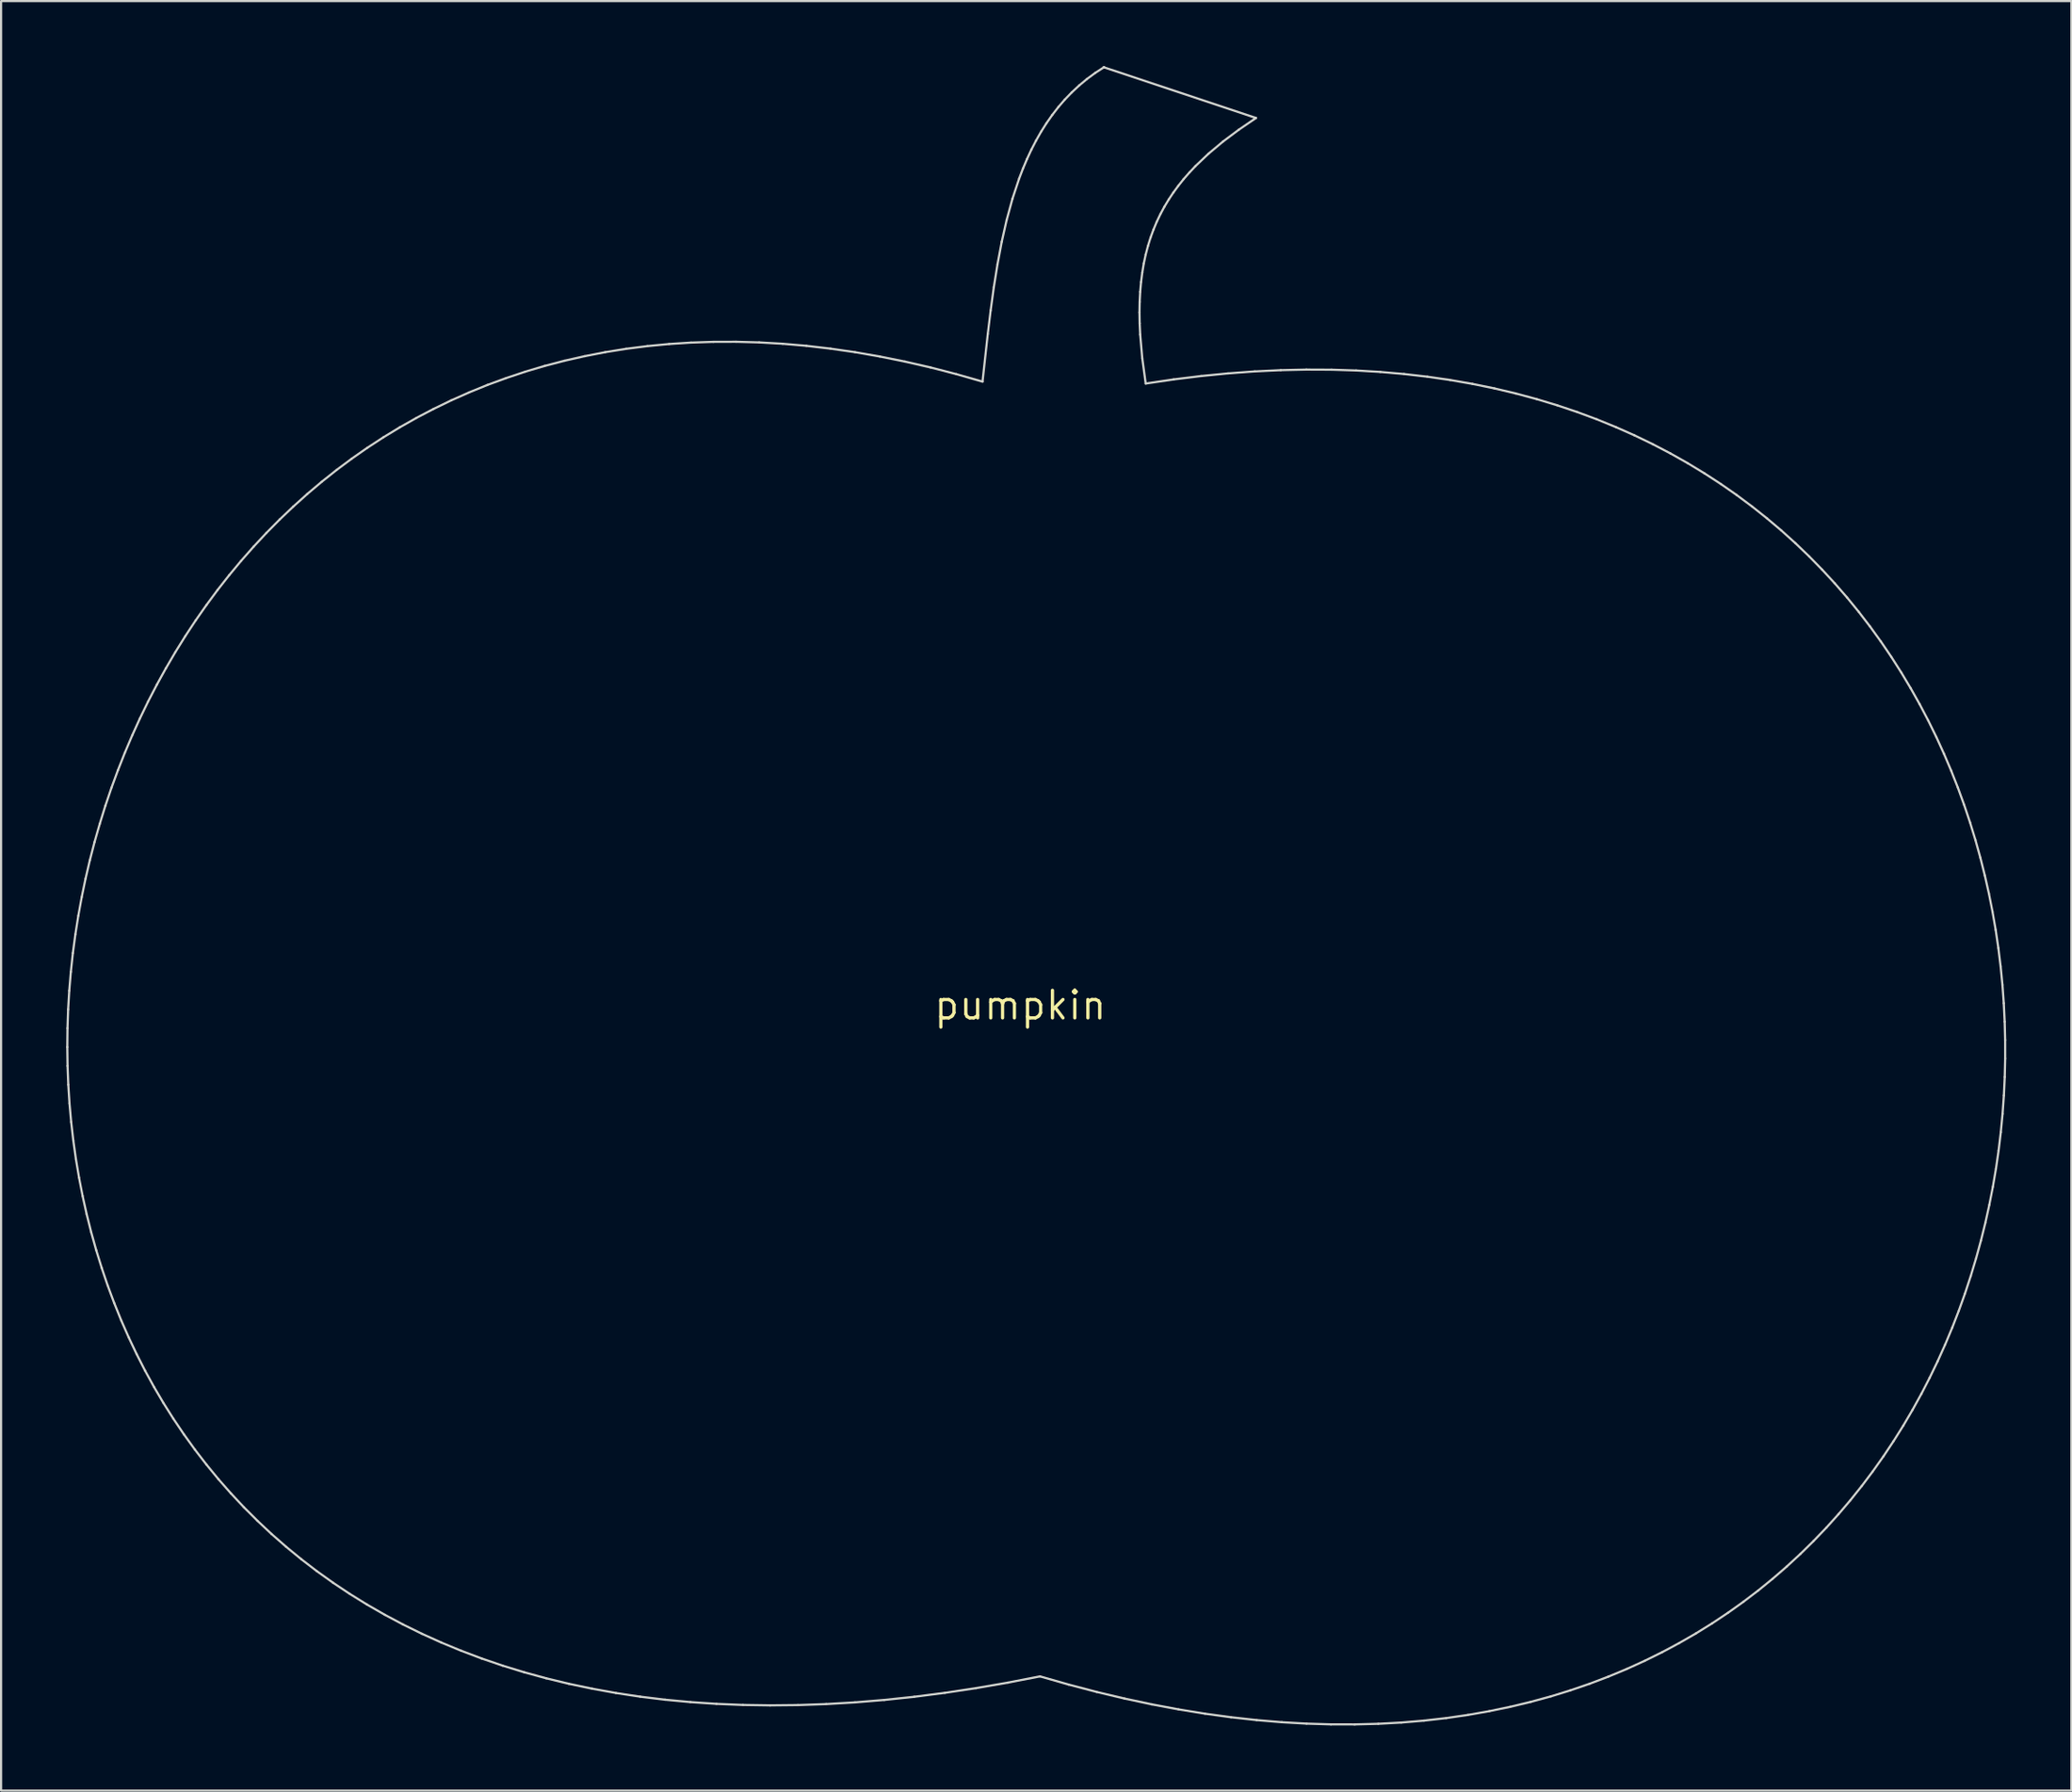
<source format=kicad_pcb>
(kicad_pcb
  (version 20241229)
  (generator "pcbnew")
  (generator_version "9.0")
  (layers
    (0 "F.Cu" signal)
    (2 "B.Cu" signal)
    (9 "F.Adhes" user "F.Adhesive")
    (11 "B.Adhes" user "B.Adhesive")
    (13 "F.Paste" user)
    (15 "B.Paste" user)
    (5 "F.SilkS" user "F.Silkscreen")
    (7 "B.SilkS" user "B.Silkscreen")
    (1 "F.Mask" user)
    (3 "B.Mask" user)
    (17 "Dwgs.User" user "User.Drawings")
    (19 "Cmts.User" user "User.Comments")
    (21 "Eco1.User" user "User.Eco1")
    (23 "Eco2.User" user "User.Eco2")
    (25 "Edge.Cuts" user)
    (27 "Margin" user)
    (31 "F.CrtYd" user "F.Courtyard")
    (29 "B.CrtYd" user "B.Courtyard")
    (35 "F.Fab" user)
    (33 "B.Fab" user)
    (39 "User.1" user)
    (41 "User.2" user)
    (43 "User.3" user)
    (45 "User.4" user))
  (footprint "pumpkin"
    (layer "F.Cu")
    (at 43.953 43.276)
    (property "Reference" "pumpkin" (at 0 0 0) (layer "F.SilkS") (effects (font (size 1.27 1.27) (thickness 0.15))))
    (attr through_hole)
    (fp_line (start -43.903 1.925) (end -43.891 2.791) (stroke (width 0.1) (type solid)) (layer "Edge.Cuts"))
    (fp_line (start -43.894 1.058) (end -43.903 1.925) (stroke (width 0.1) (type solid)) (layer "Edge.Cuts"))
    (fp_line (start -43.891 2.791) (end -43.857 3.656) (stroke (width 0.1) (type solid)) (layer "Edge.Cuts"))
    (fp_line (start -43.864 0.19) (end -43.894 1.058) (stroke (width 0.1) (type solid)) (layer "Edge.Cuts"))
    (fp_line (start -43.857 3.656) (end -43.801 4.519) (stroke (width 0.1) (type solid)) (layer "Edge.Cuts"))
    (fp_line (start -43.812 -0.676) (end -43.864 0.19) (stroke (width 0.1) (type solid)) (layer "Edge.Cuts"))
    (fp_line (start -43.801 4.519) (end -43.724 5.38) (stroke (width 0.1) (type solid)) (layer "Edge.Cuts"))
    (fp_line (start -43.739 -1.542) (end -43.812 -0.676) (stroke (width 0.1) (type solid)) (layer "Edge.Cuts"))
    (fp_line (start -43.724 5.38) (end -43.625 6.237) (stroke (width 0.1) (type solid)) (layer "Edge.Cuts"))
    (fp_line (start -43.646 -2.406) (end -43.739 -1.542) (stroke (width 0.1) (type solid)) (layer "Edge.Cuts"))
    (fp_line (start -43.625 6.237) (end -43.505 7.091) (stroke (width 0.1) (type solid)) (layer "Edge.Cuts"))
    (fp_line (start -43.531 -3.268) (end -43.646 -2.406) (stroke (width 0.1) (type solid)) (layer "Edge.Cuts"))
    (fp_line (start -43.505 7.091) (end -43.362 7.941) (stroke (width 0.1) (type solid)) (layer "Edge.Cuts"))
    (fp_line (start -43.395 -4.127) (end -43.531 -3.268) (stroke (width 0.1) (type solid)) (layer "Edge.Cuts"))
    (fp_line (start -43.362 7.941) (end -43.198 8.785) (stroke (width 0.1) (type solid)) (layer "Edge.Cuts"))
    (fp_line (start -43.239 -4.983) (end -43.395 -4.127) (stroke (width 0.1) (type solid)) (layer "Edge.Cuts"))
    (fp_line (start -43.198 8.785) (end -43.011 9.625) (stroke (width 0.1) (type solid)) (layer "Edge.Cuts"))
    (fp_line (start -43.062 -5.835) (end -43.239 -4.983) (stroke (width 0.1) (type solid)) (layer "Edge.Cuts"))
    (fp_line (start -43.011 9.625) (end -42.802 10.458) (stroke (width 0.1) (type solid)) (layer "Edge.Cuts"))
    (fp_line (start -42.865 -6.682) (end -43.062 -5.835) (stroke (width 0.1) (type solid)) (layer "Edge.Cuts"))
    (fp_line (start -42.802 10.458) (end -42.57 11.285) (stroke (width 0.1) (type solid)) (layer "Edge.Cuts"))
    (fp_line (start -42.647 -7.524) (end -42.865 -6.682) (stroke (width 0.1) (type solid)) (layer "Edge.Cuts"))
    (fp_line (start -42.57 11.285) (end -42.317 12.104) (stroke (width 0.1) (type solid)) (layer "Edge.Cuts"))
    (fp_line (start -42.408 -8.361) (end -42.647 -7.524) (stroke (width 0.1) (type solid)) (layer "Edge.Cuts"))
    (fp_line (start -42.317 12.104) (end -42.041 12.916) (stroke (width 0.1) (type solid)) (layer "Edge.Cuts"))
    (fp_line (start -42.15 -9.191) (end -42.408 -8.361) (stroke (width 0.1) (type solid)) (layer "Edge.Cuts"))
    (fp_line (start -42.041 12.916) (end -41.742 13.719) (stroke (width 0.1) (type solid)) (layer "Edge.Cuts"))
    (fp_line (start -41.871 -10.014) (end -42.15 -9.191) (stroke (width 0.1) (type solid)) (layer "Edge.Cuts"))
    (fp_line (start -41.742 13.719) (end -41.421 14.514) (stroke (width 0.1) (type solid)) (layer "Edge.Cuts"))
    (fp_line (start -41.571 -10.83) (end -41.871 -10.014) (stroke (width 0.1) (type solid)) (layer "Edge.Cuts"))
    (fp_line (start -41.421 14.514) (end -41.076 15.299) (stroke (width 0.1) (type solid)) (layer "Edge.Cuts"))
    (fp_line (start -41.252 -11.637) (end -41.571 -10.83) (stroke (width 0.1) (type solid)) (layer "Edge.Cuts"))
    (fp_line (start -41.076 15.299) (end -40.709 16.073) (stroke (width 0.1) (type solid)) (layer "Edge.Cuts"))
    (fp_line (start -40.913 -12.436) (end -41.252 -11.637) (stroke (width 0.1) (type solid)) (layer "Edge.Cuts"))
    (fp_line (start -40.709 16.073) (end -40.32 16.837) (stroke (width 0.1) (type solid)) (layer "Edge.Cuts"))
    (fp_line (start -40.554 -13.226) (end -40.913 -12.436) (stroke (width 0.1) (type solid)) (layer "Edge.Cuts"))
    (fp_line (start -40.32 16.837) (end -39.907 17.59) (stroke (width 0.1) (type solid)) (layer "Edge.Cuts"))
    (fp_line (start -40.176 -14.006) (end -40.554 -13.226) (stroke (width 0.1) (type solid)) (layer "Edge.Cuts"))
    (fp_line (start -39.907 17.59) (end -39.471 18.331) (stroke (width 0.1) (type solid)) (layer "Edge.Cuts"))
    (fp_line (start -39.777 -14.775) (end -40.176 -14.006) (stroke (width 0.1) (type solid)) (layer "Edge.Cuts"))
    (fp_line (start -39.471 18.331) (end -39.011 19.059) (stroke (width 0.1) (type solid)) (layer "Edge.Cuts"))
    (fp_line (start -39.359 -15.533) (end -39.777 -14.775) (stroke (width 0.1) (type solid)) (layer "Edge.Cuts"))
    (fp_line (start -39.011 19.059) (end -38.529 19.774) (stroke (width 0.1) (type solid)) (layer "Edge.Cuts"))
    (fp_line (start -38.922 -16.28) (end -39.359 -15.533) (stroke (width 0.1) (type solid)) (layer "Edge.Cuts"))
    (fp_line (start -38.529 19.774) (end -38.023 20.476) (stroke (width 0.1) (type solid)) (layer "Edge.Cuts"))
    (fp_line (start -38.465 -17.015) (end -38.922 -16.28) (stroke (width 0.1) (type solid)) (layer "Edge.Cuts"))
    (fp_line (start -38.023 20.476) (end -37.494 21.163) (stroke (width 0.1) (type solid)) (layer "Edge.Cuts"))
    (fp_line (start -37.989 -17.737) (end -38.465 -17.015) (stroke (width 0.1) (type solid)) (layer "Edge.Cuts"))
    (fp_line (start -37.494 21.163) (end -36.941 21.836) (stroke (width 0.1) (type solid)) (layer "Edge.Cuts"))
    (fp_line (start -37.493 -18.445) (end -37.989 -17.737) (stroke (width 0.1) (type solid)) (layer "Edge.Cuts"))
    (fp_line (start -36.979 -19.14) (end -37.493 -18.445) (stroke (width 0.1) (type solid)) (layer "Edge.Cuts"))
    (fp_line (start -36.941 21.836) (end -36.364 22.493) (stroke (width 0.1) (type solid)) (layer "Edge.Cuts"))
    (fp_line (start -36.445 -19.82) (end -36.979 -19.14) (stroke (width 0.1) (type solid)) (layer "Edge.Cuts"))
    (fp_line (start -36.364 22.493) (end -35.764 23.134) (stroke (width 0.1) (type solid)) (layer "Edge.Cuts"))
    (fp_line (start -35.892 -20.485) (end -36.445 -19.82) (stroke (width 0.1) (type solid)) (layer "Edge.Cuts"))
    (fp_line (start -35.764 23.134) (end -35.139 23.758) (stroke (width 0.1) (type solid)) (layer "Edge.Cuts"))
    (fp_line (start -35.321 -21.134) (end -35.892 -20.485) (stroke (width 0.1) (type solid)) (layer "Edge.Cuts"))
    (fp_line (start -35.139 23.758) (end -34.491 24.366) (stroke (width 0.1) (type solid)) (layer "Edge.Cuts"))
    (fp_line (start -34.731 -21.767) (end -35.321 -21.134) (stroke (width 0.1) (type solid)) (layer "Edge.Cuts"))
    (fp_line (start -34.491 24.366) (end -33.819 24.955) (stroke (width 0.1) (type solid)) (layer "Edge.Cuts"))
    (fp_line (start -34.122 -22.383) (end -34.731 -21.767) (stroke (width 0.1) (type solid)) (layer "Edge.Cuts"))
    (fp_line (start -33.819 24.955) (end -33.123 25.526) (stroke (width 0.1) (type solid)) (layer "Edge.Cuts"))
    (fp_line (start -33.494 -22.981) (end -34.122 -22.383) (stroke (width 0.1) (type solid)) (layer "Edge.Cuts"))
    (fp_line (start -33.123 25.526) (end -32.403 26.079) (stroke (width 0.1) (type solid)) (layer "Edge.Cuts"))
    (fp_line (start -32.848 -23.562) (end -33.494 -22.981) (stroke (width 0.1) (type solid)) (layer "Edge.Cuts"))
    (fp_line (start -32.403 26.079) (end -31.658 26.611) (stroke (width 0.1) (type solid)) (layer "Edge.Cuts"))
    (fp_line (start -32.184 -24.123) (end -32.848 -23.562) (stroke (width 0.1) (type solid)) (layer "Edge.Cuts"))
    (fp_line (start -31.658 26.611) (end -30.889 27.124) (stroke (width 0.1) (type solid)) (layer "Edge.Cuts"))
    (fp_line (start -31.501 -24.666) (end -32.184 -24.123) (stroke (width 0.1) (type solid)) (layer "Edge.Cuts"))
    (fp_line (start -30.889 27.124) (end -30.095 27.616) (stroke (width 0.1) (type solid)) (layer "Edge.Cuts"))
    (fp_line (start -30.8 -25.189) (end -31.501 -24.666) (stroke (width 0.1) (type solid)) (layer "Edge.Cuts"))
    (fp_line (start -30.095 27.616) (end -29.277 28.086) (stroke (width 0.1) (type solid)) (layer "Edge.Cuts"))
    (fp_line (start -30.081 -25.691) (end -30.8 -25.189) (stroke (width 0.1) (type solid)) (layer "Edge.Cuts"))
    (fp_line (start -29.344 -26.172) (end -30.081 -25.691) (stroke (width 0.1) (type solid)) (layer "Edge.Cuts"))
    (fp_line (start -29.277 28.086) (end -28.434 28.535) (stroke (width 0.1) (type solid)) (layer "Edge.Cuts"))
    (fp_line (start -28.589 -26.632) (end -29.344 -26.172) (stroke (width 0.1) (type solid)) (layer "Edge.Cuts"))
    (fp_line (start -28.434 28.535) (end -27.567 28.961) (stroke (width 0.1) (type solid)) (layer "Edge.Cuts"))
    (fp_line (start -27.816 -27.07) (end -28.589 -26.632) (stroke (width 0.1) (type solid)) (layer "Edge.Cuts"))
    (fp_line (start -27.567 28.961) (end -26.674 29.365) (stroke (width 0.1) (type solid)) (layer "Edge.Cuts"))
    (fp_line (start -27.025 -27.484) (end -27.816 -27.07) (stroke (width 0.1) (type solid)) (layer "Edge.Cuts"))
    (fp_line (start -26.674 29.365) (end -25.757 29.744) (stroke (width 0.1) (type solid)) (layer "Edge.Cuts"))
    (fp_line (start -26.216 -27.876) (end -27.025 -27.484) (stroke (width 0.1) (type solid)) (layer "Edge.Cuts"))
    (fp_line (start -25.757 29.744) (end -24.815 30.1) (stroke (width 0.1) (type solid)) (layer "Edge.Cuts"))
    (fp_line (start -25.39 -28.243) (end -26.216 -27.876) (stroke (width 0.1) (type solid)) (layer "Edge.Cuts"))
    (fp_line (start -24.815 30.1) (end -23.848 30.43) (stroke (width 0.1) (type solid)) (layer "Edge.Cuts"))
    (fp_line (start -24.547 -28.587) (end -25.39 -28.243) (stroke (width 0.1) (type solid)) (layer "Edge.Cuts"))
    (fp_line (start -23.848 30.43) (end -22.855 30.735) (stroke (width 0.1) (type solid)) (layer "Edge.Cuts"))
    (fp_line (start -23.686 -28.904) (end -24.547 -28.587) (stroke (width 0.1) (type solid)) (layer "Edge.Cuts"))
    (fp_line (start -22.855 30.735) (end -21.837 31.014) (stroke (width 0.1) (type solid)) (layer "Edge.Cuts"))
    (fp_line (start -22.807 -29.197) (end -23.686 -28.904) (stroke (width 0.1) (type solid)) (layer "Edge.Cuts"))
    (fp_line (start -21.912 -29.463) (end -22.807 -29.197) (stroke (width 0.1) (type solid)) (layer "Edge.Cuts"))
    (fp_line (start -21.837 31.014) (end -20.794 31.267) (stroke (width 0.1) (type solid)) (layer "Edge.Cuts"))
    (fp_line (start -20.999 -29.702) (end -21.912 -29.463) (stroke (width 0.1) (type solid)) (layer "Edge.Cuts"))
    (fp_line (start -20.794 31.267) (end -19.725 31.492) (stroke (width 0.1) (type solid)) (layer "Edge.Cuts"))
    (fp_line (start -20.069 -29.913) (end -20.999 -29.702) (stroke (width 0.1) (type solid)) (layer "Edge.Cuts"))
    (fp_line (start -19.725 31.492) (end -18.631 31.69) (stroke (width 0.1) (type solid)) (layer "Edge.Cuts"))
    (fp_line (start -19.122 -30.097) (end -20.069 -29.913) (stroke (width 0.1) (type solid)) (layer "Edge.Cuts"))
    (fp_line (start -18.631 31.69) (end -17.511 31.859) (stroke (width 0.1) (type solid)) (layer "Edge.Cuts"))
    (fp_line (start -18.159 -30.252) (end -19.122 -30.097) (stroke (width 0.1) (type solid)) (layer "Edge.Cuts"))
    (fp_line (start -17.511 31.859) (end -16.366 32) (stroke (width 0.1) (type solid)) (layer "Edge.Cuts"))
    (fp_line (start -17.178 -30.377) (end -18.159 -30.252) (stroke (width 0.1) (type solid)) (layer "Edge.Cuts"))
    (fp_line (start -16.366 32) (end -15.194 32.11) (stroke (width 0.1) (type solid)) (layer "Edge.Cuts"))
    (fp_line (start -16.181 -30.473) (end -17.178 -30.377) (stroke (width 0.1) (type solid)) (layer "Edge.Cuts"))
    (fp_line (start -15.194 32.11) (end -13.997 32.191) (stroke (width 0.1) (type solid)) (layer "Edge.Cuts"))
    (fp_line (start -15.167 -30.539) (end -16.181 -30.473) (stroke (width 0.1) (type solid)) (layer "Edge.Cuts"))
    (fp_line (start -14.137 -30.573) (end -15.167 -30.539) (stroke (width 0.1) (type solid)) (layer "Edge.Cuts"))
    (fp_line (start -13.997 32.191) (end -12.774 32.241) (stroke (width 0.1) (type solid)) (layer "Edge.Cuts"))
    (fp_line (start -13.091 -30.576) (end -14.137 -30.573) (stroke (width 0.1) (type solid)) (layer "Edge.Cuts"))
    (fp_line (start -12.774 32.241) (end -11.524 32.26) (stroke (width 0.1) (type solid)) (layer "Edge.Cuts"))
    (fp_line (start -12.028 -30.547) (end -13.091 -30.576) (stroke (width 0.1) (type solid)) (layer "Edge.Cuts"))
    (fp_line (start -11.524 32.26) (end -10.249 32.247) (stroke (width 0.1) (type solid)) (layer "Edge.Cuts"))
    (fp_line (start -10.948 -30.485) (end -12.028 -30.547) (stroke (width 0.1) (type solid)) (layer "Edge.Cuts"))
    (fp_line (start -10.249 32.247) (end -8.947 32.201) (stroke (width 0.1) (type solid)) (layer "Edge.Cuts"))
    (fp_line (start -9.853 -30.39) (end -10.948 -30.485) (stroke (width 0.1) (type solid)) (layer "Edge.Cuts"))
    (fp_line (start -8.947 32.201) (end -7.619 32.123) (stroke (width 0.1) (type solid)) (layer "Edge.Cuts"))
    (fp_line (start -8.741 -30.26) (end -9.853 -30.39) (stroke (width 0.1) (type solid)) (layer "Edge.Cuts"))
    (fp_line (start -7.619 32.123) (end -6.264 32.011) (stroke (width 0.1) (type solid)) (layer "Edge.Cuts"))
    (fp_line (start -7.614 -30.097) (end -8.741 -30.26) (stroke (width 0.1) (type solid)) (layer "Edge.Cuts"))
    (fp_line (start -6.47 -29.898) (end -7.614 -30.097) (stroke (width 0.1) (type solid)) (layer "Edge.Cuts"))
    (fp_line (start -6.264 32.011) (end -4.883 31.864) (stroke (width 0.1) (type solid)) (layer "Edge.Cuts"))
    (fp_line (start -5.311 -29.663) (end -6.47 -29.898) (stroke (width 0.1) (type solid)) (layer "Edge.Cuts"))
    (fp_line (start -4.883 31.864) (end -3.475 31.683) (stroke (width 0.1) (type solid)) (layer "Edge.Cuts"))
    (fp_line (start -4.136 -29.393) (end -5.311 -29.663) (stroke (width 0.1) (type solid)) (layer "Edge.Cuts"))
    (fp_line (start -3.475 31.683) (end -2.04 31.467) (stroke (width 0.1) (type solid)) (layer "Edge.Cuts"))
    (fp_line (start -2.946 -29.085) (end -4.136 -29.393) (stroke (width 0.1) (type solid)) (layer "Edge.Cuts"))
    (fp_line (start -2.04 31.467) (end -0.579 31.214) (stroke (width 0.1) (type solid)) (layer "Edge.Cuts"))
    (fp_line (start -1.74 -28.74) (end -2.946 -29.085) (stroke (width 0.1) (type solid)) (layer "Edge.Cuts"))
    (fp_line (start -1.498 -30.932) (end -1.74 -28.74) (stroke (width 0.1) (type solid)) (layer "Edge.Cuts"))
    (fp_line (start -1.366 -32.018) (end -1.498 -30.932) (stroke (width 0.1) (type solid)) (layer "Edge.Cuts"))
    (fp_line (start -1.219 -33.092) (end -1.366 -32.018) (stroke (width 0.1) (type solid)) (layer "Edge.Cuts"))
    (fp_line (start -1.05 -34.149) (end -1.219 -33.092) (stroke (width 0.1) (type solid)) (layer "Edge.Cuts"))
    (fp_line (start -0.855 -35.183) (end -1.05 -34.149) (stroke (width 0.1) (type solid)) (layer "Edge.Cuts"))
    (fp_line (start -0.628 -36.19) (end -0.855 -35.183) (stroke (width 0.1) (type solid)) (layer "Edge.Cuts"))
    (fp_line (start -0.579 31.214) (end 0.909 30.925) (stroke (width 0.1) (type solid)) (layer "Edge.Cuts"))
    (fp_line (start -0.362 -37.164) (end -0.628 -36.19) (stroke (width 0.1) (type solid)) (layer "Edge.Cuts"))
    (fp_line (start -0.051 -38.102) (end -0.362 -37.164) (stroke (width 0.1) (type solid)) (layer "Edge.Cuts"))
    (fp_line (start 0.123 -38.556) (end -0.051 -38.102) (stroke (width 0.1) (type solid)) (layer "Edge.Cuts"))
    (fp_line (start 0.31 -38.999) (end 0.123 -38.556) (stroke (width 0.1) (type solid)) (layer "Edge.Cuts"))
    (fp_line (start 0.51 -39.429) (end 0.31 -38.999) (stroke (width 0.1) (type solid)) (layer "Edge.Cuts"))
    (fp_line (start 0.726 -39.848) (end 0.51 -39.429) (stroke (width 0.1) (type solid)) (layer "Edge.Cuts"))
    (fp_line (start 0.909 30.925) (end 2.225 31.302) (stroke (width 0.1) (type solid)) (layer "Edge.Cuts"))
    (fp_line (start 0.957 -40.254) (end 0.726 -39.848) (stroke (width 0.1) (type solid)) (layer "Edge.Cuts"))
    (fp_line (start 1.204 -40.646) (end 0.957 -40.254) (stroke (width 0.1) (type solid)) (layer "Edge.Cuts"))
    (fp_line (start 1.469 -41.024) (end 1.204 -40.646) (stroke (width 0.1) (type solid)) (layer "Edge.Cuts"))
    (fp_line (start 1.75 -41.388) (end 1.469 -41.024) (stroke (width 0.1) (type solid)) (layer "Edge.Cuts"))
    (fp_line (start 2.05 -41.736) (end 1.75 -41.388) (stroke (width 0.1) (type solid)) (layer "Edge.Cuts"))
    (fp_line (start 2.225 31.302) (end 3.52 31.642) (stroke (width 0.1) (type solid)) (layer "Edge.Cuts"))
    (fp_line (start 2.37 -42.068) (end 2.05 -41.736) (stroke (width 0.1) (type solid)) (layer "Edge.Cuts"))
    (fp_line (start 2.709 -42.384) (end 2.37 -42.068) (stroke (width 0.1) (type solid)) (layer "Edge.Cuts"))
    (fp_line (start 3.068 -42.683) (end 2.709 -42.384) (stroke (width 0.1) (type solid)) (layer "Edge.Cuts"))
    (fp_line (start 3.449 -42.964) (end 3.068 -42.683) (stroke (width 0.1) (type solid)) (layer "Edge.Cuts"))
    (fp_line (start 3.52 31.642) (end 4.797 31.945) (stroke (width 0.1) (type solid)) (layer "Edge.Cuts"))
    (fp_line (start 3.852 -43.226) (end 3.449 -42.964) (stroke (width 0.1) (type solid)) (layer "Edge.Cuts"))
    (fp_line (start 3.852 -43.226) (end 3.852 -43.226) (stroke (width 0.1) (type solid)) (layer "Edge.Cuts"))
    (fp_line (start 3.852 -43.224) (end 3.852 -43.226) (stroke (width 0.1) (type solid)) (layer "Edge.Cuts"))
    (fp_line (start 4.797 31.945) (end 6.054 32.213) (stroke (width 0.1) (type solid)) (layer "Edge.Cuts"))
    (fp_line (start 5.491 -31.928) (end 5.499 -32.411) (stroke (width 0.1) (type solid)) (layer "Edge.Cuts"))
    (fp_line (start 5.499 -31.428) (end 5.491 -31.928) (stroke (width 0.1) (type solid)) (layer "Edge.Cuts"))
    (fp_line (start 5.499 -32.411) (end 5.523 -32.878) (stroke (width 0.1) (type solid)) (layer "Edge.Cuts"))
    (fp_line (start 5.523 -30.91) (end 5.499 -31.428) (stroke (width 0.1) (type solid)) (layer "Edge.Cuts"))
    (fp_line (start 5.523 -32.878) (end 5.563 -33.33) (stroke (width 0.1) (type solid)) (layer "Edge.Cuts"))
    (fp_line (start 5.563 -33.33) (end 5.619 -33.766) (stroke (width 0.1) (type solid)) (layer "Edge.Cuts"))
    (fp_line (start 5.618 -29.82) (end 5.523 -30.91) (stroke (width 0.1) (type solid)) (layer "Edge.Cuts"))
    (fp_line (start 5.619 -33.766) (end 5.69 -34.189) (stroke (width 0.1) (type solid)) (layer "Edge.Cuts"))
    (fp_line (start 5.69 -34.189) (end 5.778 -34.597) (stroke (width 0.1) (type solid)) (layer "Edge.Cuts"))
    (fp_line (start 5.778 -34.597) (end 5.882 -34.993) (stroke (width 0.1) (type solid)) (layer "Edge.Cuts"))
    (fp_line (start 5.778 -28.652) (end 5.618 -29.82) (stroke (width 0.1) (type solid)) (layer "Edge.Cuts"))
    (fp_line (start 5.882 -34.993) (end 6.001 -35.377) (stroke (width 0.1) (type solid)) (layer "Edge.Cuts"))
    (fp_line (start 6.001 -35.377) (end 6.137 -35.748) (stroke (width 0.1) (type solid)) (layer "Edge.Cuts"))
    (fp_line (start 6.054 32.213) (end 7.291 32.446) (stroke (width 0.1) (type solid)) (layer "Edge.Cuts"))
    (fp_line (start 6.137 -35.748) (end 6.288 -36.109) (stroke (width 0.1) (type solid)) (layer "Edge.Cuts"))
    (fp_line (start 6.288 -36.109) (end 6.455 -36.459) (stroke (width 0.1) (type solid)) (layer "Edge.Cuts"))
    (fp_line (start 6.455 -36.459) (end 6.638 -36.799) (stroke (width 0.1) (type solid)) (layer "Edge.Cuts"))
    (fp_line (start 6.638 -36.799) (end 6.837 -37.13) (stroke (width 0.1) (type solid)) (layer "Edge.Cuts"))
    (fp_line (start 6.837 -37.13) (end 7.051 -37.453) (stroke (width 0.1) (type solid)) (layer "Edge.Cuts"))
    (fp_line (start 7.051 -37.453) (end 7.282 -37.767) (stroke (width 0.1) (type solid)) (layer "Edge.Cuts"))
    (fp_line (start 7.065 -28.842) (end 5.778 -28.652) (stroke (width 0.1) (type solid)) (layer "Edge.Cuts"))
    (fp_line (start 7.282 -37.767) (end 7.528 -38.075) (stroke (width 0.1) (type solid)) (layer "Edge.Cuts"))
    (fp_line (start 7.291 32.446) (end 8.51 32.644) (stroke (width 0.1) (type solid)) (layer "Edge.Cuts"))
    (fp_line (start 7.528 -38.075) (end 7.79 -38.375) (stroke (width 0.1) (type solid)) (layer "Edge.Cuts"))
    (fp_line (start 7.79 -38.375) (end 8.068 -38.67) (stroke (width 0.1) (type solid)) (layer "Edge.Cuts"))
    (fp_line (start 8.068 -38.67) (end 8.671 -39.244) (stroke (width 0.1) (type solid)) (layer "Edge.Cuts"))
    (fp_line (start 8.331 -28.998) (end 7.065 -28.842) (stroke (width 0.1) (type solid)) (layer "Edge.Cuts"))
    (fp_line (start 8.51 32.644) (end 9.708 32.808) (stroke (width 0.1) (type solid)) (layer "Edge.Cuts"))
    (fp_line (start 8.671 -39.244) (end 9.337 -39.802) (stroke (width 0.1) (type solid)) (layer "Edge.Cuts"))
    (fp_line (start 9.337 -39.802) (end 10.066 -40.348) (stroke (width 0.1) (type solid)) (layer "Edge.Cuts"))
    (fp_line (start 9.575 -29.12) (end 8.331 -28.998) (stroke (width 0.1) (type solid)) (layer "Edge.Cuts"))
    (fp_line (start 9.708 32.808) (end 10.888 32.939) (stroke (width 0.1) (type solid)) (layer "Edge.Cuts"))
    (fp_line (start 10.066 -40.348) (end 10.858 -40.889) (stroke (width 0.1) (type solid)) (layer "Edge.Cuts"))
    (fp_line (start 10.798 -29.21) (end 9.575 -29.12) (stroke (width 0.1) (type solid)) (layer "Edge.Cuts"))
    (fp_line (start 10.858 -40.889) (end 3.852 -43.224) (stroke (width 0.1) (type solid)) (layer "Edge.Cuts"))
    (fp_line (start 10.888 32.939) (end 12.047 33.037) (stroke (width 0.1) (type solid)) (layer "Edge.Cuts"))
    (fp_line (start 11.999 -29.267) (end 10.798 -29.21) (stroke (width 0.1) (type solid)) (layer "Edge.Cuts"))
    (fp_line (start 12.047 33.037) (end 13.188 33.102) (stroke (width 0.1) (type solid)) (layer "Edge.Cuts"))
    (fp_line (start 13.178 -29.293) (end 11.999 -29.267) (stroke (width 0.1) (type solid)) (layer "Edge.Cuts"))
    (fp_line (start 13.188 33.102) (end 14.309 33.136) (stroke (width 0.1) (type solid)) (layer "Edge.Cuts"))
    (fp_line (start 14.309 33.136) (end 15.41 33.138) (stroke (width 0.1) (type solid)) (layer "Edge.Cuts"))
    (fp_line (start 14.336 -29.288) (end 13.178 -29.293) (stroke (width 0.1) (type solid)) (layer "Edge.Cuts"))
    (fp_line (start 15.41 33.138) (end 16.492 33.11) (stroke (width 0.1) (type solid)) (layer "Edge.Cuts"))
    (fp_line (start 15.473 -29.252) (end 14.336 -29.288) (stroke (width 0.1) (type solid)) (layer "Edge.Cuts"))
    (fp_line (start 16.492 33.11) (end 17.554 33.052) (stroke (width 0.1) (type solid)) (layer "Edge.Cuts"))
    (fp_line (start 16.587 -29.186) (end 15.473 -29.252) (stroke (width 0.1) (type solid)) (layer "Edge.Cuts"))
    (fp_line (start 17.554 33.052) (end 18.596 32.964) (stroke (width 0.1) (type solid)) (layer "Edge.Cuts"))
    (fp_line (start 17.681 -29.091) (end 16.587 -29.186) (stroke (width 0.1) (type solid)) (layer "Edge.Cuts"))
    (fp_line (start 18.596 32.964) (end 19.619 32.847) (stroke (width 0.1) (type solid)) (layer "Edge.Cuts"))
    (fp_line (start 18.753 -28.967) (end 17.681 -29.091) (stroke (width 0.1) (type solid)) (layer "Edge.Cuts"))
    (fp_line (start 19.619 32.847) (end 20.623 32.701) (stroke (width 0.1) (type solid)) (layer "Edge.Cuts"))
    (fp_line (start 19.803 -28.815) (end 18.753 -28.967) (stroke (width 0.1) (type solid)) (layer "Edge.Cuts"))
    (fp_line (start 20.623 32.701) (end 21.606 32.528) (stroke (width 0.1) (type solid)) (layer "Edge.Cuts"))
    (fp_line (start 20.832 -28.635) (end 19.803 -28.815) (stroke (width 0.1) (type solid)) (layer "Edge.Cuts"))
    (fp_line (start 21.606 32.528) (end 22.57 32.328) (stroke (width 0.1) (type solid)) (layer "Edge.Cuts"))
    (fp_line (start 21.84 -28.428) (end 20.832 -28.635) (stroke (width 0.1) (type solid)) (layer "Edge.Cuts"))
    (fp_line (start 22.57 32.328) (end 23.515 32.1) (stroke (width 0.1) (type solid)) (layer "Edge.Cuts"))
    (fp_line (start 22.826 -28.194) (end 21.84 -28.428) (stroke (width 0.1) (type solid)) (layer "Edge.Cuts"))
    (fp_line (start 23.515 32.1) (end 24.439 31.847) (stroke (width 0.1) (type solid)) (layer "Edge.Cuts"))
    (fp_line (start 23.79 -27.934) (end 22.826 -28.194) (stroke (width 0.1) (type solid)) (layer "Edge.Cuts"))
    (fp_line (start 24.439 31.847) (end 25.344 31.568) (stroke (width 0.1) (type solid)) (layer "Edge.Cuts"))
    (fp_line (start 24.734 -27.649) (end 23.79 -27.934) (stroke (width 0.1) (type solid)) (layer "Edge.Cuts"))
    (fp_line (start 25.344 31.568) (end 26.23 31.264) (stroke (width 0.1) (type solid)) (layer "Edge.Cuts"))
    (fp_line (start 25.656 -27.338) (end 24.734 -27.649) (stroke (width 0.1) (type solid)) (layer "Edge.Cuts"))
    (fp_line (start 26.23 31.264) (end 27.095 30.935) (stroke (width 0.1) (type solid)) (layer "Edge.Cuts"))
    (fp_line (start 26.557 -27.004) (end 25.656 -27.338) (stroke (width 0.1) (type solid)) (layer "Edge.Cuts"))
    (fp_line (start 27.095 30.935) (end 27.941 30.583) (stroke (width 0.1) (type solid)) (layer "Edge.Cuts"))
    (fp_line (start 27.436 -26.645) (end 26.557 -27.004) (stroke (width 0.1) (type solid)) (layer "Edge.Cuts"))
    (fp_line (start 27.941 30.583) (end 28.767 30.207) (stroke (width 0.1) (type solid)) (layer "Edge.Cuts"))
    (fp_line (start 28.294 -26.264) (end 27.436 -26.645) (stroke (width 0.1) (type solid)) (layer "Edge.Cuts"))
    (fp_line (start 28.767 30.207) (end 29.573 29.808) (stroke (width 0.1) (type solid)) (layer "Edge.Cuts"))
    (fp_line (start 29.131 -25.86) (end 28.294 -26.264) (stroke (width 0.1) (type solid)) (layer "Edge.Cuts"))
    (fp_line (start 29.573 29.808) (end 30.359 29.387) (stroke (width 0.1) (type solid)) (layer "Edge.Cuts"))
    (fp_line (start 29.947 -25.433) (end 29.131 -25.86) (stroke (width 0.1) (type solid)) (layer "Edge.Cuts"))
    (fp_line (start 30.359 29.387) (end 31.126 28.945) (stroke (width 0.1) (type solid)) (layer "Edge.Cuts"))
    (fp_line (start 30.741 -24.985) (end 29.947 -25.433) (stroke (width 0.1) (type solid)) (layer "Edge.Cuts"))
    (fp_line (start 31.126 28.945) (end 31.872 28.481) (stroke (width 0.1) (type solid)) (layer "Edge.Cuts"))
    (fp_line (start 31.514 -24.516) (end 30.741 -24.985) (stroke (width 0.1) (type solid)) (layer "Edge.Cuts"))
    (fp_line (start 31.872 28.481) (end 32.599 27.997) (stroke (width 0.1) (type solid)) (layer "Edge.Cuts"))
    (fp_line (start 32.266 -24.027) (end 31.514 -24.516) (stroke (width 0.1) (type solid)) (layer "Edge.Cuts"))
    (fp_line (start 32.599 27.997) (end 33.306 27.492) (stroke (width 0.1) (type solid)) (layer "Edge.Cuts"))
    (fp_line (start 32.997 -23.518) (end 32.266 -24.027) (stroke (width 0.1) (type solid)) (layer "Edge.Cuts"))
    (fp_line (start 33.306 27.492) (end 33.993 26.969) (stroke (width 0.1) (type solid)) (layer "Edge.Cuts"))
    (fp_line (start 33.707 -22.989) (end 32.997 -23.518) (stroke (width 0.1) (type solid)) (layer "Edge.Cuts"))
    (fp_line (start 33.993 26.969) (end 34.66 26.426) (stroke (width 0.1) (type solid)) (layer "Edge.Cuts"))
    (fp_line (start 34.395 -22.442) (end 33.707 -22.989) (stroke (width 0.1) (type solid)) (layer "Edge.Cuts"))
    (fp_line (start 34.66 26.426) (end 35.307 25.865) (stroke (width 0.1) (type solid)) (layer "Edge.Cuts"))
    (fp_line (start 35.063 -21.877) (end 34.395 -22.442) (stroke (width 0.1) (type solid)) (layer "Edge.Cuts"))
    (fp_line (start 35.307 25.865) (end 35.934 25.286) (stroke (width 0.1) (type solid)) (layer "Edge.Cuts"))
    (fp_line (start 35.709 -21.294) (end 35.063 -21.877) (stroke (width 0.1) (type solid)) (layer "Edge.Cuts"))
    (fp_line (start 35.934 25.286) (end 36.541 24.69) (stroke (width 0.1) (type solid)) (layer "Edge.Cuts"))
    (fp_line (start 36.334 -20.694) (end 35.709 -21.294) (stroke (width 0.1) (type solid)) (layer "Edge.Cuts"))
    (fp_line (start 36.541 24.69) (end 37.128 24.078) (stroke (width 0.1) (type solid)) (layer "Edge.Cuts"))
    (fp_line (start 36.938 -20.077) (end 36.334 -20.694) (stroke (width 0.1) (type solid)) (layer "Edge.Cuts"))
    (fp_line (start 37.128 24.078) (end 37.695 23.449) (stroke (width 0.1) (type solid)) (layer "Edge.Cuts"))
    (fp_line (start 37.521 -19.445) (end 36.938 -20.077) (stroke (width 0.1) (type solid)) (layer "Edge.Cuts"))
    (fp_line (start 37.695 23.449) (end 38.242 22.805) (stroke (width 0.1) (type solid)) (layer "Edge.Cuts"))
    (fp_line (start 38.083 -18.797) (end 37.521 -19.445) (stroke (width 0.1) (type solid)) (layer "Edge.Cuts"))
    (fp_line (start 38.242 22.805) (end 38.769 22.146) (stroke (width 0.1) (type solid)) (layer "Edge.Cuts"))
    (fp_line (start 38.624 -18.134) (end 38.083 -18.797) (stroke (width 0.1) (type solid)) (layer "Edge.Cuts"))
    (fp_line (start 38.769 22.146) (end 39.276 21.473) (stroke (width 0.1) (type solid)) (layer "Edge.Cuts"))
    (fp_line (start 39.144 -17.457) (end 38.624 -18.134) (stroke (width 0.1) (type solid)) (layer "Edge.Cuts"))
    (fp_line (start 39.276 21.473) (end 39.763 20.785) (stroke (width 0.1) (type solid)) (layer "Edge.Cuts"))
    (fp_line (start 39.643 -16.767) (end 39.144 -17.457) (stroke (width 0.1) (type solid)) (layer "Edge.Cuts"))
    (fp_line (start 39.763 20.785) (end 40.229 20.085) (stroke (width 0.1) (type solid)) (layer "Edge.Cuts"))
    (fp_line (start 40.121 -16.063) (end 39.643 -16.767) (stroke (width 0.1) (type solid)) (layer "Edge.Cuts"))
    (fp_line (start 40.229 20.085) (end 40.676 19.372) (stroke (width 0.1) (type solid)) (layer "Edge.Cuts"))
    (fp_line (start 40.578 -15.346) (end 40.121 -16.063) (stroke (width 0.1) (type solid)) (layer "Edge.Cuts"))
    (fp_line (start 40.676 19.372) (end 41.102 18.646) (stroke (width 0.1) (type solid)) (layer "Edge.Cuts"))
    (fp_line (start 41.014 -14.618) (end 40.578 -15.346) (stroke (width 0.1) (type solid)) (layer "Edge.Cuts"))
    (fp_line (start 41.102 18.646) (end 41.509 17.909) (stroke (width 0.1) (type solid)) (layer "Edge.Cuts"))
    (fp_line (start 41.43 -13.878) (end 41.014 -14.618) (stroke (width 0.1) (type solid)) (layer "Edge.Cuts"))
    (fp_line (start 41.509 17.909) (end 41.895 17.161) (stroke (width 0.1) (type solid)) (layer "Edge.Cuts"))
    (fp_line (start 41.824 -13.128) (end 41.43 -13.878) (stroke (width 0.1) (type solid)) (layer "Edge.Cuts"))
    (fp_line (start 41.895 17.161) (end 42.261 16.403) (stroke (width 0.1) (type solid)) (layer "Edge.Cuts"))
    (fp_line (start 42.198 -12.367) (end 41.824 -13.128) (stroke (width 0.1) (type solid)) (layer "Edge.Cuts"))
    (fp_line (start 42.261 16.403) (end 42.606 15.635) (stroke (width 0.1) (type solid)) (layer "Edge.Cuts"))
    (fp_line (start 42.55 -11.596) (end 42.198 -12.367) (stroke (width 0.1) (type solid)) (layer "Edge.Cuts"))
    (fp_line (start 42.606 15.635) (end 42.932 14.857) (stroke (width 0.1) (type solid)) (layer "Edge.Cuts"))
    (fp_line (start 42.882 -10.816) (end 42.55 -11.596) (stroke (width 0.1) (type solid)) (layer "Edge.Cuts"))
    (fp_line (start 42.932 14.857) (end 43.237 14.071) (stroke (width 0.1) (type solid)) (layer "Edge.Cuts"))
    (fp_line (start 43.193 -10.028) (end 42.882 -10.816) (stroke (width 0.1) (type solid)) (layer "Edge.Cuts"))
    (fp_line (start 43.237 14.071) (end 43.522 13.276) (stroke (width 0.1) (type solid)) (layer "Edge.Cuts"))
    (fp_line (start 43.483 -9.231) (end 43.193 -10.028) (stroke (width 0.1) (type solid)) (layer "Edge.Cuts"))
    (fp_line (start 43.522 13.276) (end 43.786 12.474) (stroke (width 0.1) (type solid)) (layer "Edge.Cuts"))
    (fp_line (start 43.753 -8.427) (end 43.483 -9.231) (stroke (width 0.1) (type solid)) (layer "Edge.Cuts"))
    (fp_line (start 43.786 12.474) (end 44.03 11.664) (stroke (width 0.1) (type solid)) (layer "Edge.Cuts"))
    (fp_line (start 44.001 -7.616) (end 43.753 -8.427) (stroke (width 0.1) (type solid)) (layer "Edge.Cuts"))
    (fp_line (start 44.03 11.664) (end 44.254 10.848) (stroke (width 0.1) (type solid)) (layer "Edge.Cuts"))
    (fp_line (start 44.229 -6.799) (end 44.001 -7.616) (stroke (width 0.1) (type solid)) (layer "Edge.Cuts"))
    (fp_line (start 44.254 10.848) (end 44.458 10.027) (stroke (width 0.1) (type solid)) (layer "Edge.Cuts"))
    (fp_line (start 44.436 -5.975) (end 44.229 -6.799) (stroke (width 0.1) (type solid)) (layer "Edge.Cuts"))
    (fp_line (start 44.458 10.027) (end 44.641 9.199) (stroke (width 0.1) (type solid)) (layer "Edge.Cuts"))
    (fp_line (start 44.623 -5.147) (end 44.436 -5.975) (stroke (width 0.1) (type solid)) (layer "Edge.Cuts"))
    (fp_line (start 44.641 9.199) (end 44.804 8.367) (stroke (width 0.1) (type solid)) (layer "Edge.Cuts"))
    (fp_line (start 44.788 -4.314) (end 44.623 -5.147) (stroke (width 0.1) (type solid)) (layer "Edge.Cuts"))
    (fp_line (start 44.804 8.367) (end 44.947 7.531) (stroke (width 0.1) (type solid)) (layer "Edge.Cuts"))
    (fp_line (start 44.934 -3.476) (end 44.788 -4.314) (stroke (width 0.1) (type solid)) (layer "Edge.Cuts"))
    (fp_line (start 44.947 7.531) (end 45.069 6.691) (stroke (width 0.1) (type solid)) (layer "Edge.Cuts"))
    (fp_line (start 45.058 -2.635) (end 44.934 -3.476) (stroke (width 0.1) (type solid)) (layer "Edge.Cuts"))
    (fp_line (start 45.069 6.691) (end 45.17 5.847) (stroke (width 0.1) (type solid)) (layer "Edge.Cuts"))
    (fp_line (start 45.162 -1.791) (end 45.058 -2.635) (stroke (width 0.1) (type solid)) (layer "Edge.Cuts"))
    (fp_line (start 45.17 5.847) (end 45.251 5.002) (stroke (width 0.1) (type solid)) (layer "Edge.Cuts"))
    (fp_line (start 45.245 -0.945) (end 45.162 -1.791) (stroke (width 0.1) (type solid)) (layer "Edge.Cuts"))
    (fp_line (start 45.251 5.002) (end 45.312 4.154) (stroke (width 0.1) (type solid)) (layer "Edge.Cuts"))
    (fp_line (start 45.307 -0.097) (end 45.245 -0.945) (stroke (width 0.1) (type solid)) (layer "Edge.Cuts"))
    (fp_line (start 45.312 4.154) (end 45.352 3.304) (stroke (width 0.1) (type solid)) (layer "Edge.Cuts"))
    (fp_line (start 45.349 0.753) (end 45.307 -0.097) (stroke (width 0.1) (type solid)) (layer "Edge.Cuts"))
    (fp_line (start 45.352 3.304) (end 45.372 2.454) (stroke (width 0.1) (type solid)) (layer "Edge.Cuts"))
    (fp_line (start 45.371 1.603) (end 45.349 0.753) (stroke (width 0.1) (type solid)) (layer "Edge.Cuts"))
    (fp_line (start 45.372 2.454) (end 45.371 1.603) (stroke (width 0.1) (type solid)) (layer "Edge.Cuts")))
  (gr_rect
    (start -3 -3)
    (end 92.375 79.464)
    (stroke (width 0.1) (type default))
    (fill no)
    (layer "Edge.Cuts")))
</source>
